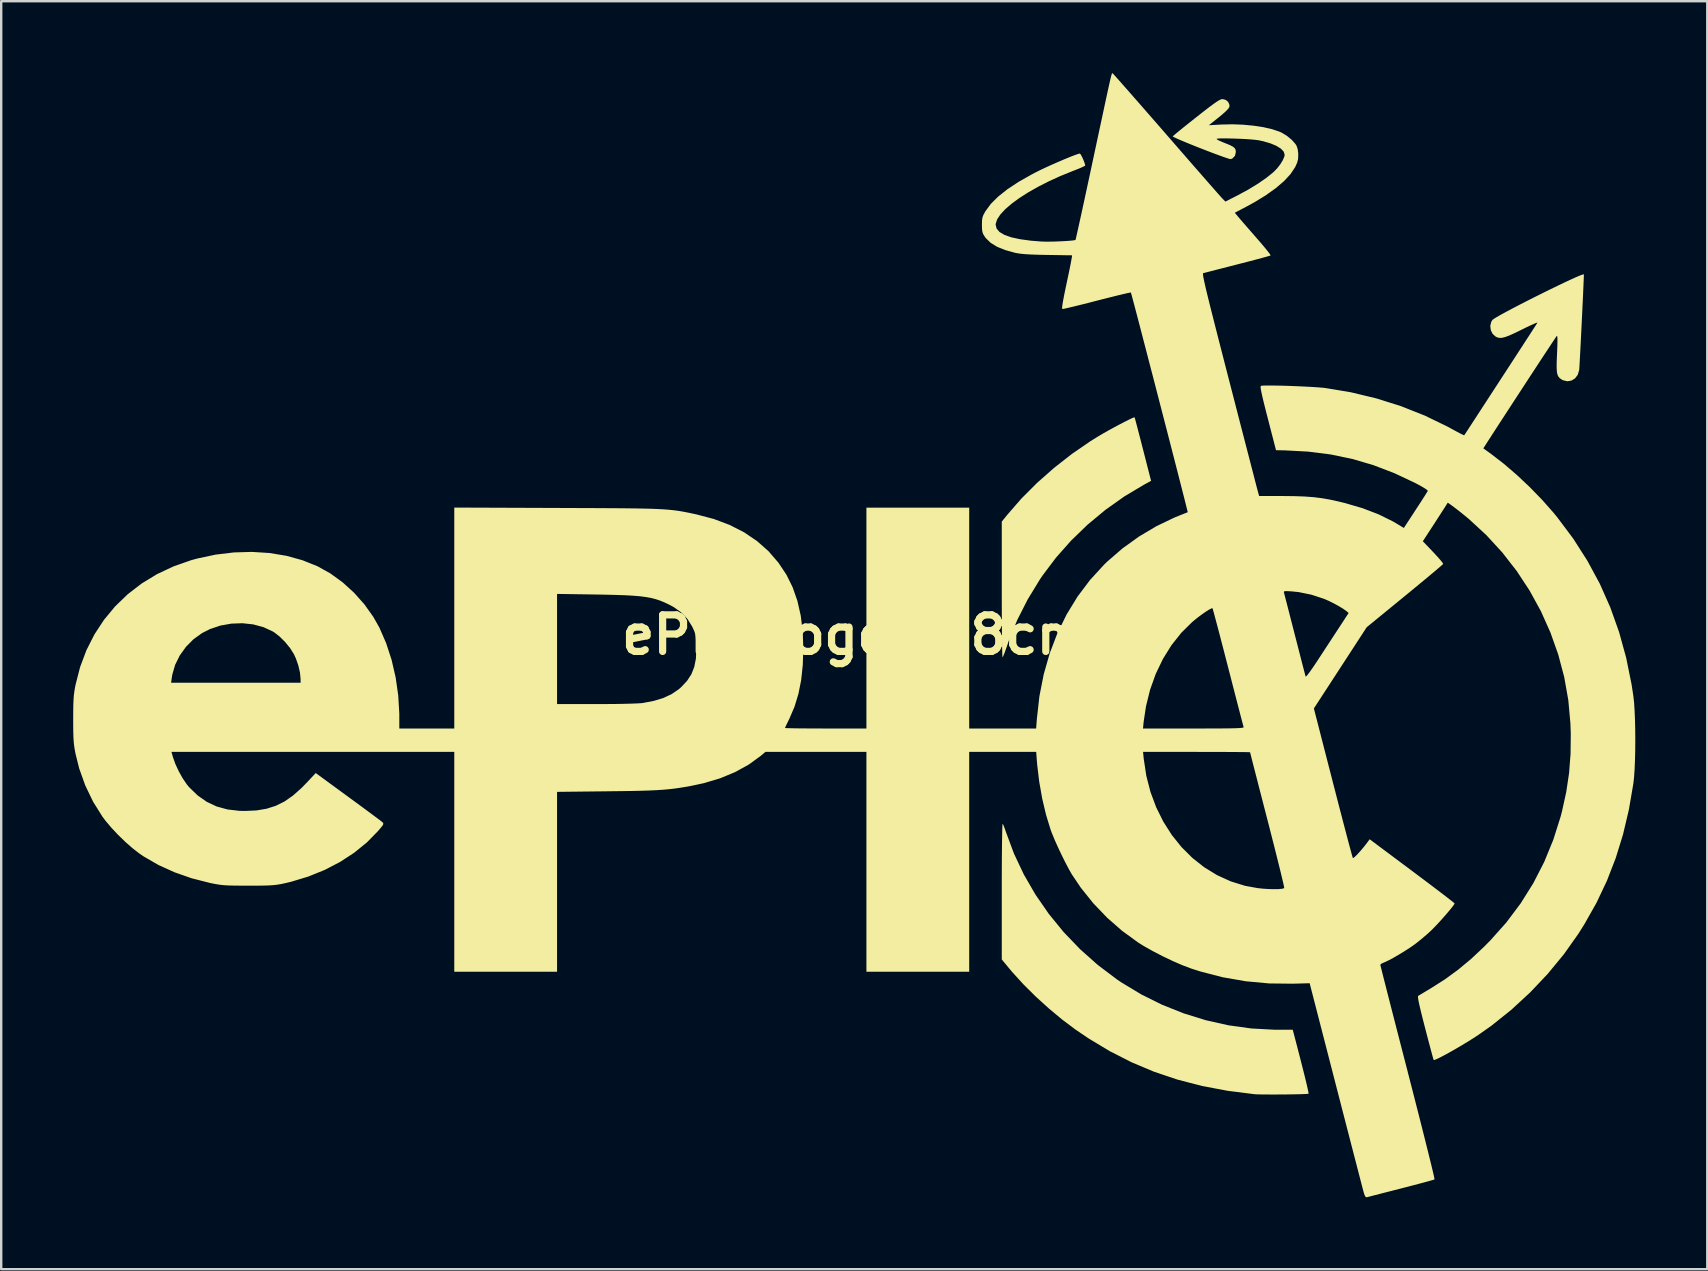
<source format=kicad_pcb>
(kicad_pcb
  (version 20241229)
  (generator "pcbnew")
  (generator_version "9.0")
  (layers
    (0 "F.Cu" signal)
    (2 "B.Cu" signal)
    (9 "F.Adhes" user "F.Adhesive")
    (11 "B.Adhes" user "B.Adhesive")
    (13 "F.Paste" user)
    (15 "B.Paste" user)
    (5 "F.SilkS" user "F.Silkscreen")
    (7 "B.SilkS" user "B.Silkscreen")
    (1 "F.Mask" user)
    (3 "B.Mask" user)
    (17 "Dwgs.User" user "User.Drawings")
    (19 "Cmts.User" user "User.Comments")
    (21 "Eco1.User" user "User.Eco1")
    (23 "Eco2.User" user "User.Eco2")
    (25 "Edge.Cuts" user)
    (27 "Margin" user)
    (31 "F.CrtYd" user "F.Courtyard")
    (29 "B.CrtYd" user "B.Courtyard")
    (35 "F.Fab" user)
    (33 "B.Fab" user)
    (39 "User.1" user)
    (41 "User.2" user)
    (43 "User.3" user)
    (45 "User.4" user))
  (footprint "ePIC_logo_6.8cm"
    (layer "F.Cu")
    (at 32.544 23.405)
    (property "Reference" "ePIC_logo_6.8cm" (at 0 0 0) (layer "F.SilkS") (effects (font (size 1.524 1.524) (thickness 0.3))))
    (attr board_only exclude_from_pos_files exclude_from_bom)
    (fp_poly (pts (xy 11.696 -9.024) (xy 11.728 -8.909) (xy 11.775 -8.731) (xy 11.835 -8.501) (xy 11.906 -8.228) (xy 11.985 -7.922) (xy 12.033 -7.736) (xy 12.37 -6.419) (xy 12.069 -6.255) (xy 11.254 -5.768) (xy 10.47 -5.212) (xy 9.728 -4.596) (xy 9.037 -3.928) (xy 8.407 -3.217) (xy 7.846 -2.472) (xy 7.743 -2.32) (xy 7.229 -1.478) (xy 6.796 -0.625) (xy 6.444 0.236) (xy 6.355 0.497) (xy 6.294 0.673) (xy 6.24 0.815) (xy 6.199 0.906) (xy 6.18 0.931) (xy 6.175 0.89) (xy 6.17 0.772) (xy 6.165 0.582) (xy 6.161 0.328) (xy 6.157 0.017) (xy 6.154 -0.343) (xy 6.151 -0.747) (xy 6.15 -1.187) (xy 6.149 -1.657) (xy 6.149 -1.893) (xy 6.149 -4.719) (xy 6.391 -5.019) (xy 6.971 -5.684) (xy 7.621 -6.335) (xy 8.327 -6.958) (xy 9.073 -7.542) (xy 9.845 -8.072) (xy 10.177 -8.278) (xy 10.369 -8.391) (xy 10.584 -8.513) (xy 10.81 -8.637) (xy 11.034 -8.757) (xy 11.243 -8.865) (xy 11.424 -8.957) (xy 11.567 -9.025) (xy 11.657 -9.062) (xy 11.683 -9.066)) (stroke (width 0) (type solid)) (fill yes) (layer "F.SilkS"))
    (fp_poly (pts (xy 6.216 7.926) (xy 6.262 8.041) (xy 6.314 8.19) (xy 6.319 8.205) (xy 6.654 9.107) (xy 7.067 9.982) (xy 7.554 10.824) (xy 8.11 11.628) (xy 8.731 12.388) (xy 9.413 13.099) (xy 10.152 13.756) (xy 10.943 14.353) (xy 11.137 14.484) (xy 11.96 14.981) (xy 12.826 15.411) (xy 13.726 15.77) (xy 14.652 16.057) (xy 15.593 16.268) (xy 16.543 16.4) (xy 17.49 16.452) (xy 17.606 16.453) (xy 18.273 16.453) (xy 18.315 16.612) (xy 18.452 17.136) (xy 18.574 17.607) (xy 18.68 18.023) (xy 18.769 18.377) (xy 18.84 18.668) (xy 18.891 18.89) (xy 18.923 19.039) (xy 18.933 19.112) (xy 18.932 19.119) (xy 18.884 19.126) (xy 18.765 19.133) (xy 18.589 19.139) (xy 18.369 19.144) (xy 18.118 19.148) (xy 17.851 19.151) (xy 17.582 19.152) (xy 17.322 19.152) (xy 17.088 19.151) (xy 16.891 19.148) (xy 16.746 19.144) (xy 16.686 19.14) (xy 15.563 18.998) (xy 14.495 18.797) (xy 13.476 18.533) (xy 12.499 18.205) (xy 11.557 17.809) (xy 10.644 17.344) (xy 9.753 16.807) (xy 9.217 16.443) (xy 8.663 16.027) (xy 8.105 15.562) (xy 7.561 15.068) (xy 7.051 14.561) (xy 6.595 14.061) (xy 6.474 13.918) (xy 6.149 13.524) (xy 6.149 10.676) (xy 6.149 10.165) (xy 6.151 9.69) (xy 6.153 9.257) (xy 6.157 8.872) (xy 6.161 8.54) (xy 6.166 8.269) (xy 6.171 8.062) (xy 6.177 7.927) (xy 6.184 7.87) (xy 6.186 7.868)) (stroke (width 0) (type solid)) (fill yes) (layer "F.SilkS"))
    (fp_poly (pts (xy 10.763 -23.402) (xy 10.769 -23.399) (xy 10.802 -23.365) (xy 10.886 -23.273) (xy 11.017 -23.126) (xy 11.19 -22.93) (xy 11.402 -22.689) (xy 11.648 -22.408) (xy 11.925 -22.093) (xy 12.226 -21.747) (xy 12.55 -21.377) (xy 12.89 -20.986) (xy 12.997 -20.863) (xy 13.345 -20.463) (xy 13.679 -20.079) (xy 13.995 -19.716) (xy 14.289 -19.379) (xy 14.555 -19.075) (xy 14.79 -18.806) (xy 14.989 -18.58) (xy 15.146 -18.401) (xy 15.259 -18.274) (xy 15.321 -18.205) (xy 15.328 -18.197) (xy 15.467 -18.055) (xy 15.99 -18.322) (xy 16.427 -18.559) (xy 16.834 -18.808) (xy 17.191 -19.057) (xy 17.462 -19.275) (xy 17.616 -19.431) (xy 17.753 -19.606) (xy 17.86 -19.781) (xy 17.924 -19.934) (xy 17.936 -20.01) (xy 17.896 -20.138) (xy 17.778 -20.262) (xy 17.592 -20.378) (xy 17.343 -20.482) (xy 17.042 -20.57) (xy 16.856 -20.609) (xy 16.727 -20.627) (xy 16.548 -20.644) (xy 16.334 -20.659) (xy 16.1 -20.671) (xy 15.859 -20.68) (xy 15.629 -20.686) (xy 15.422 -20.689) (xy 15.255 -20.687) (xy 15.141 -20.68) (xy 15.096 -20.668) (xy 15.096 -20.667) (xy 15.133 -20.634) (xy 15.23 -20.584) (xy 15.37 -20.524) (xy 15.411 -20.508) (xy 15.619 -20.424) (xy 15.76 -20.356) (xy 15.845 -20.293) (xy 15.888 -20.225) (xy 15.901 -20.141) (xy 15.902 -20.121) (xy 15.867 -19.964) (xy 15.765 -19.857) (xy 15.692 -19.825) (xy 15.637 -19.834) (xy 15.518 -19.871) (xy 15.345 -19.931) (xy 15.131 -20.009) (xy 14.887 -20.1) (xy 14.625 -20.201) (xy 14.357 -20.305) (xy 14.094 -20.41) (xy 13.849 -20.51) (xy 13.633 -20.6) (xy 13.458 -20.676) (xy 13.335 -20.734) (xy 13.277 -20.768) (xy 13.274 -20.773) (xy 13.307 -20.805) (xy 13.398 -20.882) (xy 13.539 -20.999) (xy 13.721 -21.147) (xy 13.938 -21.32) (xy 14.179 -21.512) (xy 14.243 -21.562) (xy 14.532 -21.789) (xy 14.763 -21.968) (xy 14.944 -22.103) (xy 15.082 -22.201) (xy 15.186 -22.267) (xy 15.263 -22.306) (xy 15.322 -22.323) (xy 15.35 -22.326) (xy 15.484 -22.291) (xy 15.586 -22.202) (xy 15.637 -22.081) (xy 15.633 -21.998) (xy 15.587 -21.926) (xy 15.482 -21.816) (xy 15.326 -21.677) (xy 15.192 -21.567) (xy 14.778 -21.237) (xy 15.308 -21.266) (xy 15.754 -21.276) (xy 16.203 -21.259) (xy 16.639 -21.218) (xy 17.046 -21.156) (xy 17.409 -21.073) (xy 17.711 -20.972) (xy 17.82 -20.923) (xy 18.037 -20.79) (xy 18.235 -20.626) (xy 18.387 -20.453) (xy 18.435 -20.375) (xy 18.478 -20.246) (xy 18.501 -20.071) (xy 18.503 -19.993) (xy 18.495 -19.827) (xy 18.46 -19.684) (xy 18.389 -19.524) (xy 18.363 -19.474) (xy 18.177 -19.197) (xy 17.912 -18.91) (xy 17.571 -18.618) (xy 17.159 -18.323) (xy 16.68 -18.029) (xy 16.343 -17.845) (xy 15.858 -17.59) (xy 16.024 -17.392) (xy 16.103 -17.3) (xy 16.226 -17.157) (xy 16.383 -16.977) (xy 16.561 -16.772) (xy 16.749 -16.557) (xy 16.784 -16.516) (xy 16.959 -16.315) (xy 17.11 -16.135) (xy 17.231 -15.986) (xy 17.314 -15.877) (xy 17.35 -15.818) (xy 17.351 -15.811) (xy 17.304 -15.795) (xy 17.185 -15.76) (xy 17.004 -15.71) (xy 16.77 -15.647) (xy 16.493 -15.574) (xy 16.183 -15.494) (xy 15.965 -15.438) (xy 15.637 -15.354) (xy 15.333 -15.276) (xy 15.064 -15.207) (xy 14.84 -15.149) (xy 14.672 -15.106) (xy 14.569 -15.079) (xy 14.542 -15.072) (xy 14.534 -15.058) (xy 14.533 -15.022) (xy 14.54 -14.958) (xy 14.557 -14.863) (xy 14.584 -14.732) (xy 14.622 -14.562) (xy 14.672 -14.346) (xy 14.736 -14.083) (xy 14.814 -13.767) (xy 14.908 -13.394) (xy 15.018 -12.96) (xy 15.145 -12.46) (xy 15.291 -11.891) (xy 15.456 -11.249) (xy 15.631 -10.569) (xy 15.787 -9.966) (xy 15.937 -9.384) (xy 16.08 -8.829) (xy 16.216 -8.306) (xy 16.341 -7.821) (xy 16.456 -7.378) (xy 16.558 -6.985) (xy 16.646 -6.645) (xy 16.718 -6.365) (xy 16.774 -6.15) (xy 16.812 -6.006) (xy 16.831 -5.938) (xy 16.831 -5.936) (xy 16.874 -5.786) (xy 17.883 -5.786) (xy 18.357 -5.781) (xy 18.768 -5.766) (xy 19.136 -5.739) (xy 19.483 -5.696) (xy 19.829 -5.636) (xy 20.196 -5.555) (xy 20.46 -5.49) (xy 21.187 -5.277) (xy 21.845 -5.025) (xy 22.432 -4.736) (xy 22.614 -4.63) (xy 22.903 -4.455) (xy 23.392 -5.204) (xy 23.539 -5.429) (xy 23.67 -5.632) (xy 23.778 -5.801) (xy 23.856 -5.925) (xy 23.897 -5.993) (xy 23.901 -6.001) (xy 23.872 -6.038) (xy 23.777 -6.105) (xy 23.627 -6.195) (xy 23.432 -6.3) (xy 23.377 -6.329) (xy 22.504 -6.74) (xy 21.633 -7.073) (xy 20.752 -7.332) (xy 19.849 -7.519) (xy 18.913 -7.637) (xy 17.937 -7.689) (xy 17.576 -7.696) (xy 17.233 -9.025) (xy 17.136 -9.404) (xy 17.06 -9.708) (xy 17.004 -9.945) (xy 16.965 -10.122) (xy 16.942 -10.246) (xy 16.934 -10.326) (xy 16.94 -10.367) (xy 16.95 -10.377) (xy 17.02 -10.386) (xy 17.163 -10.391) (xy 17.364 -10.391) (xy 17.61 -10.388) (xy 17.89 -10.382) (xy 18.189 -10.372) (xy 18.495 -10.36) (xy 18.794 -10.346) (xy 19.075 -10.331) (xy 19.323 -10.315) (xy 19.526 -10.298) (xy 19.633 -10.286) (xy 20.705 -10.107) (xy 21.759 -9.854) (xy 22.786 -9.53) (xy 23.775 -9.138) (xy 24.718 -8.681) (xy 24.904 -8.579) (xy 25.088 -8.479) (xy 25.244 -8.397) (xy 25.357 -8.341) (xy 25.415 -8.317) (xy 25.419 -8.317) (xy 25.443 -8.354) (xy 25.51 -8.455) (xy 25.613 -8.613) (xy 25.748 -8.82) (xy 25.911 -9.07) (xy 26.096 -9.355) (xy 26.3 -9.668) (xy 26.517 -10.002) (xy 26.743 -10.349) (xy 26.973 -10.703) (xy 27.203 -11.055) (xy 27.427 -11.4) (xy 27.641 -11.73) (xy 27.841 -12.037) (xy 28.021 -12.315) (xy 28.178 -12.556) (xy 28.305 -12.754) (xy 28.4 -12.9) (xy 28.456 -12.987) (xy 28.47 -13.01) (xy 28.445 -13.009) (xy 28.356 -12.975) (xy 28.213 -12.912) (xy 28.028 -12.825) (xy 27.813 -12.719) (xy 27.527 -12.579) (xy 27.304 -12.478) (xy 27.131 -12.413) (xy 26.997 -12.379) (xy 26.889 -12.375) (xy 26.796 -12.397) (xy 26.734 -12.425) (xy 26.604 -12.539) (xy 26.526 -12.697) (xy 26.505 -12.875) (xy 26.546 -13.045) (xy 26.592 -13.121) (xy 26.65 -13.167) (xy 26.772 -13.242) (xy 26.949 -13.343) (xy 27.173 -13.465) (xy 27.434 -13.604) (xy 27.725 -13.756) (xy 28.036 -13.915) (xy 28.36 -14.079) (xy 28.688 -14.242) (xy 29.01 -14.401) (xy 29.319 -14.551) (xy 29.605 -14.688) (xy 29.861 -14.807) (xy 30.077 -14.905) (xy 30.245 -14.976) (xy 30.357 -15.017) (xy 30.404 -15.024) (xy 30.405 -15.022) (xy 30.403 -14.944) (xy 30.397 -14.794) (xy 30.388 -14.581) (xy 30.377 -14.316) (xy 30.363 -14.011) (xy 30.347 -13.675) (xy 30.33 -13.32) (xy 30.312 -12.957) (xy 30.294 -12.595) (xy 30.276 -12.247) (xy 30.26 -11.922) (xy 30.244 -11.631) (xy 30.231 -11.386) (xy 30.22 -11.196) (xy 30.212 -11.073) (xy 30.208 -11.033) (xy 30.149 -10.838) (xy 30.037 -10.689) (xy 29.887 -10.596) (xy 29.714 -10.568) (xy 29.535 -10.611) (xy 29.48 -10.641) (xy 29.403 -10.696) (xy 29.346 -10.758) (xy 29.306 -10.839) (xy 29.282 -10.952) (xy 29.271 -11.108) (xy 29.271 -11.32) (xy 29.281 -11.6) (xy 29.287 -11.734) (xy 29.299 -12.018) (xy 29.304 -12.225) (xy 29.303 -12.363) (xy 29.295 -12.439) (xy 29.281 -12.46) (xy 29.273 -12.455) (xy 29.244 -12.413) (xy 29.173 -12.307) (xy 29.065 -12.144) (xy 28.925 -11.932) (xy 28.757 -11.678) (xy 28.567 -11.389) (xy 28.359 -11.071) (xy 28.138 -10.733) (xy 27.908 -10.382) (xy 27.675 -10.024) (xy 27.442 -9.667) (xy 27.215 -9.319) (xy 26.998 -8.985) (xy 26.796 -8.675) (xy 26.614 -8.393) (xy 26.457 -8.149) (xy 26.394 -8.053) (xy 26.215 -7.773) (xy 26.547 -7.533) (xy 27.074 -7.126) (xy 27.616 -6.66) (xy 28.154 -6.153) (xy 28.669 -5.623) (xy 29.141 -5.089) (xy 29.298 -4.897) (xy 29.964 -4.007) (xy 30.552 -3.087) (xy 31.066 -2.135) (xy 31.505 -1.147) (xy 31.871 -0.119) (xy 32.167 0.952) (xy 32.393 2.069) (xy 32.466 2.544) (xy 32.496 2.814) (xy 32.518 3.151) (xy 32.534 3.537) (xy 32.544 3.957) (xy 32.547 4.392) (xy 32.544 4.827) (xy 32.533 5.243) (xy 32.517 5.624) (xy 32.494 5.953) (xy 32.467 6.191) (xy 32.28 7.282) (xy 32.036 8.316) (xy 31.731 9.302) (xy 31.364 10.247) (xy 30.931 11.162) (xy 30.427 12.054) (xy 30.167 12.467) (xy 29.568 13.312) (xy 28.897 14.126) (xy 28.165 14.899) (xy 27.382 15.621) (xy 26.559 16.28) (xy 26.015 16.664) (xy 25.801 16.804) (xy 25.564 16.952) (xy 25.315 17.103) (xy 25.064 17.25) (xy 24.823 17.387) (xy 24.603 17.508) (xy 24.414 17.607) (xy 24.268 17.677) (xy 24.174 17.713) (xy 24.146 17.715) (xy 24.132 17.671) (xy 24.099 17.556) (xy 24.051 17.378) (xy 23.989 17.147) (xy 23.917 16.874) (xy 23.837 16.569) (xy 23.79 16.387) (xy 23.691 16.002) (xy 23.614 15.693) (xy 23.557 15.452) (xy 23.518 15.273) (xy 23.497 15.15) (xy 23.492 15.075) (xy 23.501 15.042) (xy 23.502 15.041) (xy 23.558 15.008) (xy 23.67 14.941) (xy 23.823 14.849) (xy 24.002 14.742) (xy 24.022 14.73) (xy 24.611 14.356) (xy 25.165 13.952) (xy 25.703 13.505) (xy 26.241 13) (xy 26.506 12.733) (xy 27.175 11.982) (xy 27.773 11.185) (xy 28.299 10.344) (xy 28.753 9.459) (xy 29.132 8.534) (xy 29.436 7.571) (xy 29.492 7.357) (xy 29.669 6.552) (xy 29.788 5.758) (xy 29.85 4.954) (xy 29.859 4.116) (xy 29.844 3.689) (xy 29.756 2.719) (xy 29.586 1.761) (xy 29.337 0.82) (xy 29.012 -0.097) (xy 28.614 -0.987) (xy 28.144 -1.844) (xy 27.607 -2.661) (xy 27.005 -3.434) (xy 26.34 -4.158) (xy 25.616 -4.826) (xy 25.336 -5.056) (xy 25.177 -5.182) (xy 25.027 -5.297) (xy 24.909 -5.386) (xy 24.865 -5.418) (xy 24.733 -5.51) (xy 24.607 -5.31) (xy 24.54 -5.206) (xy 24.438 -5.048) (xy 24.312 -4.853) (xy 24.174 -4.639) (xy 24.087 -4.506) (xy 23.694 -3.902) (xy 24.125 -3.451) (xy 24.275 -3.289) (xy 24.401 -3.147) (xy 24.492 -3.037) (xy 24.538 -2.969) (xy 24.541 -2.957) (xy 24.506 -2.922) (xy 24.412 -2.839) (xy 24.265 -2.713) (xy 24.071 -2.55) (xy 23.838 -2.355) (xy 23.57 -2.134) (xy 23.276 -1.891) (xy 22.96 -1.632) (xy 22.941 -1.616) (xy 21.355 -0.318) (xy 20.255 1.373) (xy 19.154 3.065) (xy 19.951 6.165) (xy 20.08 6.663) (xy 20.202 7.137) (xy 20.318 7.58) (xy 20.424 7.987) (xy 20.52 8.351) (xy 20.603 8.666) (xy 20.673 8.924) (xy 20.726 9.12) (xy 20.762 9.248) (xy 20.779 9.3) (xy 20.78 9.301) (xy 20.817 9.285) (xy 20.895 9.216) (xy 21.001 9.107) (xy 21.122 8.971) (xy 21.247 8.822) (xy 21.363 8.673) (xy 21.393 8.633) (xy 21.478 8.516) (xy 23.248 9.837) (xy 23.588 10.092) (xy 23.907 10.331) (xy 24.197 10.551) (xy 24.454 10.746) (xy 24.67 10.912) (xy 24.84 11.044) (xy 24.956 11.136) (xy 25.014 11.185) (xy 25.018 11.191) (xy 24.991 11.243) (xy 24.916 11.344) (xy 24.804 11.482) (xy 24.666 11.644) (xy 24.512 11.819) (xy 24.354 11.994) (xy 24.202 12.155) (xy 24.067 12.292) (xy 24.028 12.33) (xy 23.842 12.498) (xy 23.629 12.679) (xy 23.426 12.842) (xy 23.361 12.891) (xy 23.172 13.024) (xy 22.95 13.168) (xy 22.715 13.312) (xy 22.485 13.446) (xy 22.279 13.557) (xy 22.116 13.635) (xy 22.061 13.657) (xy 21.968 13.7) (xy 21.924 13.743) (xy 21.923 13.747) (xy 21.933 13.793) (xy 21.964 13.916) (xy 22.012 14.11) (xy 22.078 14.37) (xy 22.16 14.691) (xy 22.256 15.067) (xy 22.365 15.493) (xy 22.486 15.964) (xy 22.617 16.474) (xy 22.757 17.018) (xy 22.905 17.59) (xy 23.059 18.186) (xy 23.068 18.225) (xy 23.222 18.821) (xy 23.369 19.395) (xy 23.508 19.94) (xy 23.638 20.451) (xy 23.757 20.923) (xy 23.864 21.351) (xy 23.958 21.729) (xy 24.038 22.053) (xy 24.101 22.315) (xy 24.147 22.512) (xy 24.174 22.638) (xy 24.182 22.688) (xy 24.182 22.689) (xy 24.134 22.706) (xy 24.014 22.741) (xy 23.832 22.792) (xy 23.597 22.855) (xy 23.319 22.928) (xy 23.009 23.009) (xy 22.792 23.065) (xy 22.464 23.149) (xy 22.16 23.227) (xy 21.89 23.296) (xy 21.666 23.354) (xy 21.496 23.398) (xy 21.392 23.425) (xy 21.365 23.432) (xy 21.315 23.425) (xy 21.273 23.359) (xy 21.236 23.25) (xy 21.217 23.181) (xy 21.179 23.036) (xy 21.123 22.821) (xy 21.05 22.54) (xy 20.962 22.2) (xy 20.86 21.807) (xy 20.746 21.367) (xy 20.621 20.884) (xy 20.487 20.365) (xy 20.345 19.816) (xy 20.197 19.242) (xy 20.078 18.781) (xy 18.978 14.515) (xy 18.276 14.535) (xy 17.293 14.524) (xy 16.313 14.433) (xy 15.347 14.265) (xy 14.408 14.021) (xy 14.047 13.905) (xy 13.682 13.767) (xy 13.275 13.591) (xy 12.853 13.39) (xy 12.44 13.176) (xy 12.063 12.963) (xy 11.831 12.818) (xy 11.167 12.335) (xy 10.541 11.787) (xy 9.963 11.184) (xy 9.446 10.54) (xy 9.073 9.986) (xy 8.945 9.764) (xy 8.799 9.485) (xy 8.644 9.174) (xy 8.492 8.852) (xy 8.354 8.544) (xy 8.241 8.27) (xy 8.185 8.121) (xy 7.995 7.502) (xy 7.835 6.827) (xy 7.71 6.12) (xy 7.624 5.407) (xy 7.611 5.247) (xy 7.583 4.876) (xy 12.036 4.876) (xy 12.064 5.163) (xy 12.171 5.869) (xy 12.345 6.545) (xy 12.583 7.184) (xy 12.881 7.783) (xy 13.234 8.338) (xy 13.638 8.842) (xy 14.089 9.292) (xy 14.584 9.683) (xy 15.118 10.01) (xy 15.687 10.27) (xy 16.286 10.456) (xy 16.813 10.552) (xy 17.043 10.576) (xy 17.275 10.591) (xy 17.494 10.596) (xy 17.682 10.593) (xy 17.825 10.58) (xy 17.906 10.558) (xy 17.918 10.547) (xy 17.911 10.498) (xy 17.885 10.373) (xy 17.84 10.18) (xy 17.779 9.926) (xy 17.703 9.617) (xy 17.614 9.26) (xy 17.514 8.861) (xy 17.404 8.429) (xy 17.287 7.969) (xy 17.217 7.699) (xy 17.095 7.227) (xy 16.98 6.781) (xy 16.873 6.366) (xy 16.776 5.988) (xy 16.69 5.655) (xy 16.618 5.374) (xy 16.561 5.151) (xy 16.521 4.992) (xy 16.499 4.906) (xy 16.495 4.891) (xy 16.454 4.888) (xy 16.336 4.885) (xy 16.149 4.883) (xy 15.9 4.881) (xy 15.598 4.879) (xy 15.25 4.878) (xy 14.865 4.877) (xy 14.449 4.877) (xy 14.266 4.876) (xy 12.036 4.876) (xy 7.583 4.876) (xy 4.792 4.876) (xy 4.792 14.036) (xy 0.509 14.036) (xy 0.509 4.876) (xy -3.699 4.876) (xy -3.895 5.041) (xy -4.394 5.404) (xy -4.958 5.715) (xy -5.584 5.975) (xy -6.267 6.179) (xy -6.806 6.294) (xy -7.054 6.338) (xy -7.283 6.375) (xy -7.504 6.406) (xy -7.726 6.431) (xy -7.96 6.452) (xy -8.216 6.469) (xy -8.504 6.483) (xy -8.834 6.494) (xy -9.216 6.503) (xy -9.66 6.51) (xy -10.176 6.516) (xy -10.315 6.518) (xy -12.382 6.541) (xy -12.382 14.036) (xy -16.665 14.036) (xy -16.665 4.876) (xy -28.449 4.876) (xy -28.386 5.099) (xy -28.286 5.381) (xy -28.146 5.683) (xy -27.982 5.976) (xy -27.808 6.232) (xy -27.71 6.351) (xy -27.356 6.692) (xy -26.978 6.957) (xy -26.567 7.15) (xy -26.116 7.274) (xy -25.618 7.332) (xy -25.379 7.337) (xy -24.91 7.315) (xy -24.489 7.245) (xy -24.104 7.123) (xy -23.741 6.943) (xy -23.387 6.697) (xy -23.03 6.38) (xy -22.796 6.14) (xy -22.438 5.757) (xy -21.088 6.744) (xy -20.788 6.964) (xy -20.507 7.17) (xy -20.253 7.358) (xy -20.035 7.52) (xy -19.859 7.651) (xy -19.734 7.745) (xy -19.668 7.797) (xy -19.662 7.803) (xy -19.628 7.84) (xy -19.621 7.88) (xy -19.648 7.937) (xy -19.717 8.026) (xy -19.834 8.164) (xy -19.839 8.17) (xy -20.301 8.643) (xy -20.831 9.074) (xy -21.42 9.459) (xy -22.062 9.793) (xy -22.749 10.071) (xy -23.471 10.289) (xy -23.746 10.354) (xy -23.896 10.385) (xy -24.035 10.408) (xy -24.177 10.425) (xy -24.339 10.437) (xy -24.534 10.445) (xy -24.777 10.449) (xy -25.083 10.45) (xy -25.252 10.45) (xy -25.587 10.449) (xy -25.853 10.447) (xy -26.065 10.441) (xy -26.24 10.432) (xy -26.392 10.417) (xy -26.538 10.396) (xy -26.693 10.368) (xy -26.863 10.332) (xy -27.613 10.14) (xy -28.327 9.89) (xy -28.994 9.587) (xy -29.601 9.236) (xy -29.796 9.104) (xy -30.07 8.891) (xy -30.369 8.628) (xy -30.67 8.336) (xy -30.953 8.035) (xy -31.198 7.745) (xy -31.324 7.577) (xy -31.716 6.949) (xy -32.041 6.274) (xy -32.294 5.567) (xy -32.447 4.954) (xy -32.48 4.78) (xy -32.505 4.618) (xy -32.523 4.452) (xy -32.534 4.264) (xy -32.541 4.038) (xy -32.544 3.756) (xy -32.544 3.52) (xy -32.543 3.189) (xy -32.539 2.926) (xy -32.531 2.713) (xy -32.518 2.534) (xy -32.498 2.371) (xy -32.471 2.208) (xy -32.447 2.085) (xy -32.424 1.993) (xy -28.464 1.993) (xy -23.068 1.993) (xy -23.069 1.834) (xy -23.095 1.568) (xy -23.164 1.27) (xy -23.268 0.974) (xy -23.349 0.8) (xy -23.507 0.55) (xy -23.712 0.299) (xy -23.94 0.072) (xy -24.168 -0.106) (xy -24.225 -0.141) (xy -24.615 -0.322) (xy -25.043 -0.437) (xy -25.494 -0.486) (xy -25.955 -0.469) (xy -26.41 -0.388) (xy -26.845 -0.242) (xy -27.171 -0.077) (xy -27.532 0.182) (xy -27.845 0.498) (xy -28.103 0.857) (xy -28.296 1.247) (xy -28.415 1.654) (xy -28.435 1.778) (xy -28.464 1.993) (xy -32.424 1.993) (xy -32.256 1.34) (xy -31.992 0.637) (xy -31.658 -0.021) (xy -31.258 -0.631) (xy -30.794 -1.19) (xy -30.27 -1.695) (xy -29.688 -2.143) (xy -29.051 -2.531) (xy -28.362 -2.855) (xy -27.625 -3.113) (xy -27.372 -3.182) (xy -26.608 -3.345) (xy -25.846 -3.436) (xy -25.095 -3.458) (xy -24.363 -3.411) (xy -23.658 -3.295) (xy -22.989 -3.11) (xy -22.366 -2.86) (xy -21.83 -2.562) (xy -21.319 -2.191) (xy -20.843 -1.759) (xy -20.413 -1.276) (xy -20.04 -0.754) (xy -19.784 -0.299) (xy -19.504 0.344) (xy -19.277 1.039) (xy -19.108 1.771) (xy -19 2.525) (xy -18.955 3.284) (xy -18.955 3.403) (xy -18.955 3.901) (xy -16.665 3.901) (xy -16.665 -1.707) (xy -12.382 -1.707) (xy -12.382 2.883) (xy -10.747 2.883) (xy -10.332 2.882) (xy -9.945 2.879) (xy -9.597 2.873) (xy -9.297 2.865) (xy -9.056 2.856) (xy -8.882 2.846) (xy -8.807 2.838) (xy -8.342 2.748) (xy -7.947 2.627) (xy -7.609 2.469) (xy -7.318 2.271) (xy -7.211 2.178) (xy -6.966 1.917) (xy -6.786 1.642) (xy -6.665 1.339) (xy -6.597 0.994) (xy -6.578 0.593) (xy -6.581 0.461) (xy -6.59 0.243) (xy -6.603 0.085) (xy -6.625 -0.038) (xy -6.662 -0.151) (xy -6.719 -0.278) (xy -6.755 -0.353) (xy -6.949 -0.664) (xy -7.201 -0.93) (xy -7.52 -1.158) (xy -7.731 -1.271) (xy -7.912 -1.356) (xy -8.088 -1.428) (xy -8.266 -1.487) (xy -8.458 -1.537) (xy -8.671 -1.576) (xy -8.915 -1.608) (xy -9.2 -1.632) (xy -9.535 -1.651) (xy -9.929 -1.665) (xy -10.39 -1.676) (xy -10.802 -1.683) (xy -12.382 -1.707) (xy -16.665 -1.707) (xy -16.665 -5.305) (xy -12.371 -5.289) (xy -11.647 -5.286) (xy -11.001 -5.284) (xy -10.429 -5.281) (xy -9.924 -5.278) (xy -9.48 -5.274) (xy -9.092 -5.269) (xy -8.753 -5.262) (xy -8.458 -5.255) (xy -8.201 -5.245) (xy -7.976 -5.233) (xy -7.777 -5.219) (xy -7.599 -5.202) (xy -7.435 -5.183) (xy -7.279 -5.16) (xy -7.127 -5.134) (xy -6.971 -5.104) (xy -6.806 -5.07) (xy -6.627 -5.032) (xy -6.574 -5.02) (xy -5.851 -4.83) (xy -5.189 -4.581) (xy -4.588 -4.274) (xy -4.049 -3.909) (xy -3.571 -3.487) (xy -3.156 -3.006) (xy -2.825 -2.508) (xy -2.566 -1.986) (xy -2.367 -1.417) (xy -2.227 -0.797) (xy -2.145 -0.122) (xy -2.121 0.564) (xy -2.143 1.254) (xy -2.21 1.882) (xy -2.324 2.457) (xy -2.487 2.991) (xy -2.701 3.493) (xy -2.719 3.529) (xy -2.793 3.679) (xy -2.85 3.799) (xy -2.881 3.869) (xy -2.883 3.879) (xy -2.843 3.884) (xy -2.726 3.888) (xy -2.542 3.892) (xy -2.301 3.896) (xy -2.01 3.898) (xy -1.68 3.9) (xy -1.319 3.901) (xy -1.187 3.901) (xy 0.509 3.901) (xy 0.509 -5.301) (xy 4.792 -5.301) (xy 4.792 3.901) (xy 7.581 3.901) (xy 12.033 3.901) (xy 14.141 3.901) (xy 14.626 3.901) (xy 15.032 3.9) (xy 15.366 3.898) (xy 15.634 3.895) (xy 15.844 3.891) (xy 16 3.885) (xy 16.111 3.878) (xy 16.181 3.869) (xy 16.218 3.858) (xy 16.228 3.845) (xy 16.227 3.842) (xy 16.213 3.791) (xy 16.179 3.665) (xy 16.128 3.472) (xy 16.062 3.219) (xy 15.983 2.914) (xy 15.892 2.563) (xy 15.792 2.174) (xy 15.684 1.755) (xy 15.58 1.351) (xy 15.466 0.911) (xy 15.359 0.496) (xy 15.259 0.113) (xy 15.169 -0.231) (xy 15.09 -0.529) (xy 15.025 -0.773) (xy 14.975 -0.956) (xy 14.943 -1.071) (xy 14.93 -1.11) (xy 14.884 -1.103) (xy 14.785 -1.052) (xy 14.649 -0.966) (xy 14.488 -0.854) (xy 14.316 -0.725) (xy 14.148 -0.59) (xy 14.085 -0.537) (xy 13.627 -0.084) (xy 13.218 0.432) (xy 12.863 1.004) (xy 12.565 1.624) (xy 12.329 2.284) (xy 12.158 2.976) (xy 12.062 3.615) (xy 12.033 3.901) (xy 7.581 3.901) (xy 7.61 3.509) (xy 7.717 2.558) (xy 7.897 1.644) (xy 8.147 0.768) (xy 8.466 -0.067) (xy 8.854 -0.856) (xy 9.308 -1.598) (xy 9.453 -1.791) (xy 17.902 -1.791) (xy 17.909 -1.756) (xy 17.924 -1.698) (xy 17.958 -1.568) (xy 18.008 -1.373) (xy 18.073 -1.124) (xy 18.148 -0.829) (xy 18.233 -0.499) (xy 18.325 -0.141) (xy 18.361 0) (xy 18.455 0.365) (xy 18.542 0.705) (xy 18.621 1.012) (xy 18.689 1.277) (xy 18.745 1.49) (xy 18.785 1.642) (xy 18.807 1.725) (xy 18.81 1.737) (xy 18.839 1.723) (xy 18.907 1.644) (xy 19.01 1.505) (xy 19.143 1.315) (xy 19.3 1.079) (xy 19.328 1.037) (xy 19.509 0.76) (xy 19.705 0.46) (xy 19.901 0.16) (xy 20.081 -0.114) (xy 20.214 -0.318) (xy 20.603 -0.912) (xy 20.512 -0.989) (xy 20.385 -1.081) (xy 20.203 -1.192) (xy 19.991 -1.309) (xy 19.773 -1.417) (xy 19.577 -1.502) (xy 19.054 -1.674) (xy 18.525 -1.782) (xy 18.261 -1.81) (xy 18.082 -1.822) (xy 17.973 -1.824) (xy 17.918 -1.814) (xy 17.902 -1.791) (xy 9.453 -1.791) (xy 9.828 -2.289) (xy 10.412 -2.926) (xy 10.547 -3.057) (xy 11.18 -3.604) (xy 11.867 -4.098) (xy 12.595 -4.53) (xy 13.347 -4.891) (xy 13.527 -4.964) (xy 13.686 -5.027) (xy 13.811 -5.077) (xy 13.885 -5.106) (xy 13.897 -5.111) (xy 13.889 -5.152) (xy 13.86 -5.268) (xy 13.814 -5.454) (xy 13.751 -5.703) (xy 13.673 -6.008) (xy 13.582 -6.364) (xy 13.48 -6.764) (xy 13.368 -7.201) (xy 13.247 -7.67) (xy 13.12 -8.164) (xy 12.988 -8.676) (xy 12.852 -9.2) (xy 12.715 -9.73) (xy 12.578 -10.26) (xy 12.443 -10.783) (xy 12.31 -11.292) (xy 12.183 -11.782) (xy 12.062 -12.247) (xy 11.95 -12.679) (xy 11.847 -13.072) (xy 11.756 -13.42) (xy 11.678 -13.718) (xy 11.614 -13.957) (xy 11.567 -14.132) (xy 11.538 -14.238) (xy 11.529 -14.267) (xy 11.485 -14.261) (xy 11.368 -14.237) (xy 11.188 -14.195) (xy 10.955 -14.139) (xy 10.679 -14.07) (xy 10.368 -13.992) (xy 10.115 -13.927) (xy 9.783 -13.841) (xy 9.477 -13.764) (xy 9.206 -13.697) (xy 8.98 -13.643) (xy 8.809 -13.604) (xy 8.703 -13.582) (xy 8.672 -13.578) (xy 8.662 -13.616) (xy 8.671 -13.722) (xy 8.7 -13.9) (xy 8.747 -14.152) (xy 8.815 -14.482) (xy 8.862 -14.704) (xy 8.924 -14.997) (xy 8.979 -15.262) (xy 9.024 -15.487) (xy 9.056 -15.662) (xy 9.075 -15.775) (xy 9.078 -15.816) (xy 9.077 -15.816) (xy 9.03 -15.817) (xy 8.91 -15.818) (xy 8.729 -15.821) (xy 8.498 -15.825) (xy 8.231 -15.829) (xy 8.036 -15.832) (xy 7.656 -15.84) (xy 7.35 -15.851) (xy 7.106 -15.866) (xy 6.912 -15.885) (xy 6.757 -15.91) (xy 6.703 -15.921) (xy 6.289 -16.036) (xy 5.951 -16.173) (xy 5.686 -16.337) (xy 5.487 -16.529) (xy 5.444 -16.587) (xy 5.38 -16.69) (xy 5.343 -16.786) (xy 5.326 -16.905) (xy 5.322 -17.077) (xy 5.322 -17.087) (xy 5.326 -17.263) (xy 5.343 -17.39) (xy 5.384 -17.501) (xy 5.456 -17.633) (xy 5.47 -17.656) (xy 5.692 -17.958) (xy 5.996 -18.261) (xy 6.382 -18.568) (xy 6.851 -18.878) (xy 7.405 -19.191) (xy 7.554 -19.27) (xy 7.756 -19.37) (xy 7.989 -19.48) (xy 8.242 -19.595) (xy 8.499 -19.708) (xy 8.748 -19.814) (xy 8.976 -19.908) (xy 9.169 -19.984) (xy 9.314 -20.035) (xy 9.397 -20.057) (xy 9.403 -20.057) (xy 9.437 -20.021) (xy 9.487 -19.931) (xy 9.542 -19.813) (xy 9.59 -19.691) (xy 9.621 -19.592) (xy 9.626 -19.557) (xy 9.588 -19.532) (xy 9.487 -19.483) (xy 9.336 -19.419) (xy 9.15 -19.346) (xy 9.133 -19.34) (xy 8.615 -19.13) (xy 8.125 -18.908) (xy 7.669 -18.676) (xy 7.251 -18.439) (xy 6.879 -18.201) (xy 6.558 -17.966) (xy 6.293 -17.737) (xy 6.091 -17.519) (xy 5.957 -17.317) (xy 5.897 -17.133) (xy 5.894 -17.089) (xy 5.935 -16.928) (xy 6.056 -16.788) (xy 6.259 -16.667) (xy 6.544 -16.567) (xy 6.911 -16.487) (xy 7.359 -16.426) (xy 7.781 -16.392) (xy 7.94 -16.386) (xy 8.138 -16.386) (xy 8.359 -16.39) (xy 8.586 -16.399) (xy 8.801 -16.41) (xy 8.989 -16.423) (xy 9.131 -16.438) (xy 9.211 -16.453) (xy 9.221 -16.458) (xy 9.233 -16.502) (xy 9.261 -16.622) (xy 9.304 -16.813) (xy 9.361 -17.069) (xy 9.43 -17.383) (xy 9.51 -17.748) (xy 9.599 -18.16) (xy 9.696 -18.611) (xy 9.8 -19.095) (xy 9.91 -19.607) (xy 9.966 -19.869) (xy 10.099 -20.493) (xy 10.216 -21.04) (xy 10.318 -21.514) (xy 10.405 -21.92) (xy 10.479 -22.265) (xy 10.541 -22.551) (xy 10.592 -22.786) (xy 10.634 -22.974) (xy 10.667 -23.12) (xy 10.693 -23.229) (xy 10.713 -23.307) (xy 10.728 -23.358) (xy 10.74 -23.388) (xy 10.749 -23.402) (xy 10.756 -23.405)) (stroke (width 0) (type solid)) (fill yes) (layer "F.SilkS")))
  (gr_rect
    (start -3 -3)
    (end 68.091 49.837)
    (stroke (width 0.1) (type default))
    (fill no)
    (layer "Edge.Cuts")))
</source>
